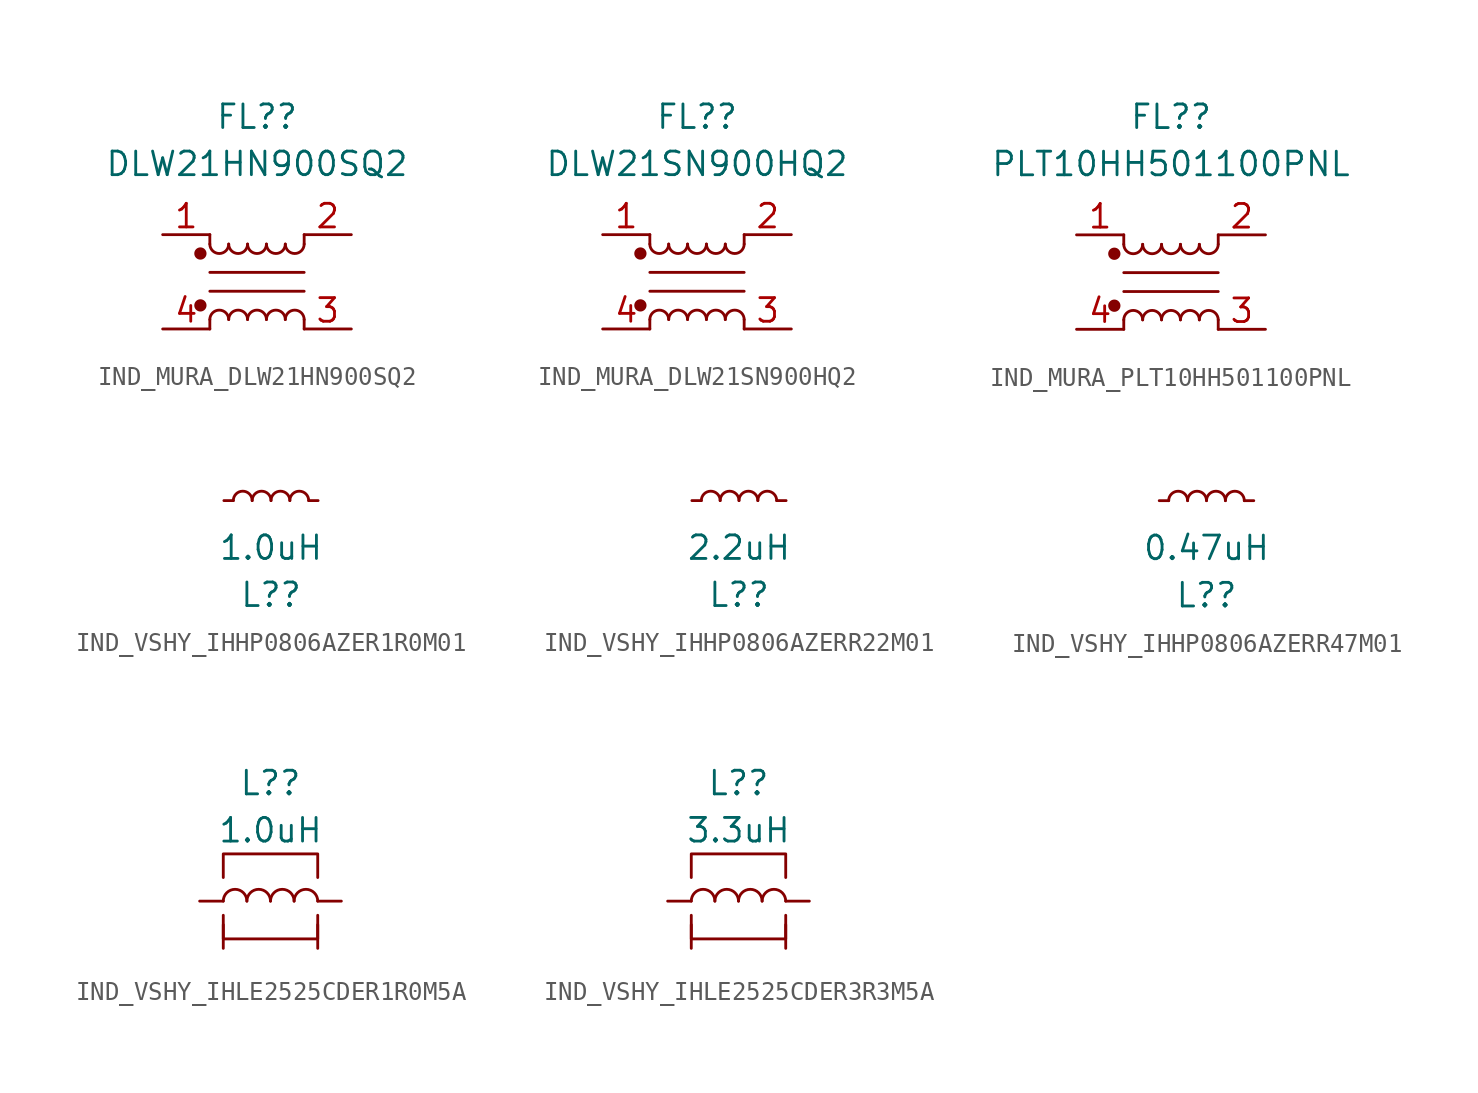
<source format=kicad_sym>
(kicad_symbol_lib
  (version 20231120)
  (generator "kicad_symbol_editor")
  (generator_version "8.0")
  (symbol "IND_MURA_DLW21HN900SQ2"
    (pin_names
      (offset 0.254) hide)
    (property "Reference" "FL?"
      (at 0 8.89 0)
      (effects (font (size 1.27 1.27))))
    (property "Value" "DLW21HN900SQ2"
      (at 0 6.35 0)
      (effects (font (size 1.27 1.27))))
    (symbol "IND_MURA_DLW21HN900SQ2_0_1"
      (circle (center -3.048 -1.27) (radius 0.254) (stroke (width 0) (type default)) (fill (type outline)))
      (circle (center -3.048 1.524) (radius 0.254) (stroke (width 0) (type default)) (fill (type outline)))
      (arc (start -2.54 2.032) (mid -2.032 1.5262) (end -1.524 2.032) (stroke (width 0) (type default)) (fill (type none)))
      (arc (start -1.524 -2.032) (mid -2.032 -1.5262) (end -2.54 -2.032) (stroke (width 0) (type default)) (fill (type none)))
      (arc (start -1.524 2.032) (mid -1.016 1.5262) (end -0.508 2.032) (stroke (width 0) (type default)) (fill (type none)))
      (arc (start -0.508 -2.032) (mid -1.016 -1.5262) (end -1.524 -2.032) (stroke (width 0) (type default)) (fill (type none)))
      (arc (start -0.508 2.032) (mid 0 1.5262) (end 0.508 2.032) (stroke (width 0) (type default)) (fill (type none)))
      (polyline (pts (xy -2.54 -2.032) (xy -2.54 -2.54)) (stroke (width 0) (type default)) (fill (type none)))
      (polyline (pts (xy -2.54 0.508) (xy 2.54 0.508)) (stroke (width 0) (type default)) (fill (type none)))
      (polyline (pts (xy -2.54 2.032) (xy -2.54 2.54)) (stroke (width 0) (type default)) (fill (type none)))
      (polyline (pts (xy 2.54 -2.032) (xy 2.54 -2.54)) (stroke (width 0) (type default)) (fill (type none)))
      (polyline (pts (xy 2.54 -0.508) (xy -2.54 -0.508)) (stroke (width 0) (type default)) (fill (type none)))
      (polyline (pts (xy 2.54 2.54) (xy 2.54 2.032)) (stroke (width 0) (type default)) (fill (type none)))
      (arc (start 0.508 -2.032) (mid 0 -1.5262) (end -0.508 -2.032) (stroke (width 0) (type default)) (fill (type none)))
      (arc (start 0.508 2.032) (mid 1.016 1.5262) (end 1.524 2.032) (stroke (width 0) (type default)) (fill (type none)))
      (arc (start 1.524 -2.032) (mid 1.016 -1.5262) (end 0.508 -2.032) (stroke (width 0) (type default)) (fill (type none)))
      (arc (start 1.524 2.032) (mid 2.032 1.5262) (end 2.54 2.032) (stroke (width 0) (type default)) (fill (type none)))
      (arc (start 2.54 -2.032) (mid 2.032 -1.5262) (end 1.524 -2.032) (stroke (width 0) (type default)) (fill (type none))))
    (symbol "IND_MURA_DLW21HN900SQ2_1_1"
      (pin passive line (at -5.08 2.54 0) (length 2.54) (name "1" (effects (font (size 1.27 1.27)))) (number "1" (effects (font (size 1.27 1.27)))))
      (pin passive line (at 5.08 2.54 180) (length 2.54) (name "2" (effects (font (size 1.27 1.27)))) (number "2" (effects (font (size 1.27 1.27)))))
      (pin passive line (at 5.08 -2.54 180) (length 2.54) (name "3" (effects (font (size 1.27 1.27)))) (number "3" (effects (font (size 1.27 1.27)))))
      (pin passive line (at -5.08 -2.54 0) (length 2.54) (name "4" (effects (font (size 1.27 1.27)))) (number "4" (effects (font (size 1.27 1.27)))))))
  (symbol "IND_MURA_DLW21SN900HQ2"
    (pin_names
      (offset 0.254) hide)
    (property "Reference" "FL?"
      (at 0 8.89 0)
      (effects (font (size 1.27 1.27))))
    (property "Value" "DLW21SN900HQ2"
      (at 0 6.35 0)
      (effects (font (size 1.27 1.27))))
    (symbol "IND_MURA_DLW21SN900HQ2_0_1"
      (circle (center -3.048 -1.27) (radius 0.254) (stroke (width 0) (type default)) (fill (type outline)))
      (circle (center -3.048 1.524) (radius 0.254) (stroke (width 0) (type default)) (fill (type outline)))
      (arc (start -2.54 2.032) (mid -2.032 1.5262) (end -1.524 2.032) (stroke (width 0) (type default)) (fill (type none)))
      (arc (start -1.524 -2.032) (mid -2.032 -1.5262) (end -2.54 -2.032) (stroke (width 0) (type default)) (fill (type none)))
      (arc (start -1.524 2.032) (mid -1.016 1.5262) (end -0.508 2.032) (stroke (width 0) (type default)) (fill (type none)))
      (arc (start -0.508 -2.032) (mid -1.016 -1.5262) (end -1.524 -2.032) (stroke (width 0) (type default)) (fill (type none)))
      (arc (start -0.508 2.032) (mid 0 1.5262) (end 0.508 2.032) (stroke (width 0) (type default)) (fill (type none)))
      (polyline (pts (xy -2.54 -2.032) (xy -2.54 -2.54)) (stroke (width 0) (type default)) (fill (type none)))
      (polyline (pts (xy -2.54 0.508) (xy 2.54 0.508)) (stroke (width 0) (type default)) (fill (type none)))
      (polyline (pts (xy -2.54 2.032) (xy -2.54 2.54)) (stroke (width 0) (type default)) (fill (type none)))
      (polyline (pts (xy 2.54 -2.032) (xy 2.54 -2.54)) (stroke (width 0) (type default)) (fill (type none)))
      (polyline (pts (xy 2.54 -0.508) (xy -2.54 -0.508)) (stroke (width 0) (type default)) (fill (type none)))
      (polyline (pts (xy 2.54 2.54) (xy 2.54 2.032)) (stroke (width 0) (type default)) (fill (type none)))
      (arc (start 0.508 -2.032) (mid 0 -1.5262) (end -0.508 -2.032) (stroke (width 0) (type default)) (fill (type none)))
      (arc (start 0.508 2.032) (mid 1.016 1.5262) (end 1.524 2.032) (stroke (width 0) (type default)) (fill (type none)))
      (arc (start 1.524 -2.032) (mid 1.016 -1.5262) (end 0.508 -2.032) (stroke (width 0) (type default)) (fill (type none)))
      (arc (start 1.524 2.032) (mid 2.032 1.5262) (end 2.54 2.032) (stroke (width 0) (type default)) (fill (type none)))
      (arc (start 2.54 -2.032) (mid 2.032 -1.5262) (end 1.524 -2.032) (stroke (width 0) (type default)) (fill (type none))))
    (symbol "IND_MURA_DLW21SN900HQ2_1_1"
      (pin passive line (at -5.08 2.54 0) (length 2.54) (name "1" (effects (font (size 1.27 1.27)))) (number "1" (effects (font (size 1.27 1.27)))))
      (pin passive line (at 5.08 2.54 180) (length 2.54) (name "2" (effects (font (size 1.27 1.27)))) (number "2" (effects (font (size 1.27 1.27)))))
      (pin passive line (at 5.08 -2.54 180) (length 2.54) (name "3" (effects (font (size 1.27 1.27)))) (number "3" (effects (font (size 1.27 1.27)))))
      (pin passive line (at -5.08 -2.54 0) (length 2.54) (name "4" (effects (font (size 1.27 1.27)))) (number "4" (effects (font (size 1.27 1.27)))))))
  (symbol "IND_MURA_PLT10HH501100PNL"
    (pin_names
      (offset 0.254) hide)
    (property "Reference" "FL?"
      (at 0 8.89 0)
      (effects (font (size 1.27 1.27))))
    (property "Value" "PLT10HH501100PNL"
      (at 0 6.35 0)
      (effects (font (size 1.27 1.27))))
    (symbol "IND_MURA_PLT10HH501100PNL_0_1"
      (circle (center -3.048 -1.27) (radius 0.254) (stroke (width 0) (type default)) (fill (type outline)))
      (circle (center -3.048 1.524) (radius 0.254) (stroke (width 0) (type default)) (fill (type outline)))
      (arc (start -2.54 2.032) (mid -2.032 1.5262) (end -1.524 2.032) (stroke (width 0) (type default)) (fill (type none)))
      (arc (start -1.524 -2.032) (mid -2.032 -1.5262) (end -2.54 -2.032) (stroke (width 0) (type default)) (fill (type none)))
      (arc (start -1.524 2.032) (mid -1.016 1.5262) (end -0.508 2.032) (stroke (width 0) (type default)) (fill (type none)))
      (arc (start -0.508 -2.032) (mid -1.016 -1.5262) (end -1.524 -2.032) (stroke (width 0) (type default)) (fill (type none)))
      (arc (start -0.508 2.032) (mid 0 1.5262) (end 0.508 2.032) (stroke (width 0) (type default)) (fill (type none)))
      (polyline (pts (xy -2.54 -2.032) (xy -2.54 -2.54)) (stroke (width 0) (type default)) (fill (type none)))
      (polyline (pts (xy -2.54 0.508) (xy 2.54 0.508)) (stroke (width 0) (type default)) (fill (type none)))
      (polyline (pts (xy -2.54 2.032) (xy -2.54 2.54)) (stroke (width 0) (type default)) (fill (type none)))
      (polyline (pts (xy 2.54 -2.032) (xy 2.54 -2.54)) (stroke (width 0) (type default)) (fill (type none)))
      (polyline (pts (xy 2.54 -0.508) (xy -2.54 -0.508)) (stroke (width 0) (type default)) (fill (type none)))
      (polyline (pts (xy 2.54 2.54) (xy 2.54 2.032)) (stroke (width 0) (type default)) (fill (type none)))
      (arc (start 0.508 -2.032) (mid 0 -1.5262) (end -0.508 -2.032) (stroke (width 0) (type default)) (fill (type none)))
      (arc (start 0.508 2.032) (mid 1.016 1.5262) (end 1.524 2.032) (stroke (width 0) (type default)) (fill (type none)))
      (arc (start 1.524 -2.032) (mid 1.016 -1.5262) (end 0.508 -2.032) (stroke (width 0) (type default)) (fill (type none)))
      (arc (start 1.524 2.032) (mid 2.032 1.5262) (end 2.54 2.032) (stroke (width 0) (type default)) (fill (type none)))
      (arc (start 2.54 -2.032) (mid 2.032 -1.5262) (end 1.524 -2.032) (stroke (width 0) (type default)) (fill (type none))))
    (symbol "IND_MURA_PLT10HH501100PNL_1_1"
      (pin passive line (at -5.08 2.54 0) (length 2.54) (name "1" (effects (font (size 1.27 1.27)))) (number "1" (effects (font (size 1.27 1.27)))))
      (pin passive line (at 5.08 2.54 180) (length 2.54) (name "2" (effects (font (size 1.27 1.27)))) (number "2" (effects (font (size 1.27 1.27)))))
      (pin passive line (at 5.08 -2.54 180) (length 2.54) (name "3" (effects (font (size 1.27 1.27)))) (number "3" (effects (font (size 1.27 1.27)))))
      (pin passive line (at -5.08 -2.54 0) (length 2.54) (name "4" (effects (font (size 1.27 1.27)))) (number "4" (effects (font (size 1.27 1.27)))))))
  (symbol "IND_VSHY_IHHP0806AZER1R0M01"
    (pin_numbers hide)
    (pin_names
      (offset 0.254) hide)
    (property "Reference" "L?"
      (at 0 -5.08 0)
      (effects (font (size 1.27 1.27))))
    (property "Value" "1.0uH"
      (at 0 -2.54 0)
      (effects (font (size 1.27 1.27))))
    (symbol "IND_VSHY_IHHP0806AZER1R0M01_0_1"
      (arc (start -1.016 0) (mid -1.524 0.5058) (end -2.032 0) (stroke (width 0) (type default)) (fill (type none)))
      (arc (start 0 0) (mid -0.508 0.5058) (end -1.016 0) (stroke (width 0) (type default)) (fill (type none)))
      (arc (start 1.016 0) (mid 0.508 0.5058) (end 0 0) (stroke (width 0) (type default)) (fill (type none)))
      (arc (start 2.032 0) (mid 1.524 0.5058) (end 1.016 0) (stroke (width 0) (type default)) (fill (type none))))
    (symbol "IND_VSHY_IHHP0806AZER1R0M01_1_1"
      (pin passive line (at -2.54 0 0) (length 0.508) (name "~" (effects (font (size 1.27 1.27)))) (number "1" (effects (font (size 1.27 1.27)))))
      (pin passive line (at 2.54 0 180) (length 0.508) (name "~" (effects (font (size 1.27 1.27)))) (number "2" (effects (font (size 1.27 1.27)))))))
  (symbol "IND_VSHY_IHHP0806AZERR22M01"
    (pin_numbers hide)
    (pin_names
      (offset 0.254) hide)
    (property "Reference" "L?"
      (at 0 -5.08 0)
      (effects (font (size 1.27 1.27))))
    (property "Value" "2.2uH"
      (at 0 -2.54 0)
      (effects (font (size 1.27 1.27))))
    (symbol "IND_VSHY_IHHP0806AZERR22M01_0_1"
      (arc (start -1.016 0) (mid -1.524 0.5058) (end -2.032 0) (stroke (width 0) (type default)) (fill (type none)))
      (arc (start 0 0) (mid -0.508 0.5058) (end -1.016 0) (stroke (width 0) (type default)) (fill (type none)))
      (arc (start 1.016 0) (mid 0.508 0.5058) (end 0 0) (stroke (width 0) (type default)) (fill (type none)))
      (arc (start 2.032 0) (mid 1.524 0.5058) (end 1.016 0) (stroke (width 0) (type default)) (fill (type none))))
    (symbol "IND_VSHY_IHHP0806AZERR22M01_1_1"
      (pin passive line (at -2.54 0 0) (length 0.508) (name "~" (effects (font (size 1.27 1.27)))) (number "1" (effects (font (size 1.27 1.27)))))
      (pin passive line (at 2.54 0 180) (length 0.508) (name "~" (effects (font (size 1.27 1.27)))) (number "2" (effects (font (size 1.27 1.27)))))))
  (symbol "IND_VSHY_IHHP0806AZERR47M01"
    (pin_numbers hide)
    (pin_names
      (offset 0.254) hide)
    (property "Reference" "L?"
      (at 0 -5.08 0)
      (effects (font (size 1.27 1.27))))
    (property "Value" "0.47uH"
      (at 0 -2.54 0)
      (effects (font (size 1.27 1.27))))
    (symbol "IND_VSHY_IHHP0806AZERR47M01_0_1"
      (arc (start -1.016 0) (mid -1.524 0.5058) (end -2.032 0) (stroke (width 0) (type default)) (fill (type none)))
      (arc (start 0 0) (mid -0.508 0.5058) (end -1.016 0) (stroke (width 0) (type default)) (fill (type none)))
      (arc (start 1.016 0) (mid 0.508 0.5058) (end 0 0) (stroke (width 0) (type default)) (fill (type none)))
      (arc (start 2.032 0) (mid 1.524 0.5058) (end 1.016 0) (stroke (width 0) (type default)) (fill (type none))))
    (symbol "IND_VSHY_IHHP0806AZERR47M01_1_1"
      (pin passive line (at -2.54 0 0) (length 0.508) (name "~" (effects (font (size 1.27 1.27)))) (number "1" (effects (font (size 1.27 1.27)))))
      (pin passive line (at 2.54 0 180) (length 0.508) (name "~" (effects (font (size 1.27 1.27)))) (number "2" (effects (font (size 1.27 1.27)))))))
  (symbol "IND_VSHY_IHLE2525CDER1R0M5A"
    (pin_numbers hide)
    (pin_names
      (offset 1.016) hide)
    (property "Reference" "L?"
      (at 0 6.35 0)
      (effects (font (size 1.27 1.27))))
    (property "Value" "1.0uH"
      (at 0 3.81 0)
      (effects (font (size 1.27 1.27))))
    (symbol "IND_VSHY_IHLE2525CDER1R0M5A_0_1"
      (arc (start -1.27 0) (mid -1.905 0.6323) (end -2.54 0) (stroke (width 0) (type default)) (fill (type none)))
      (arc (start 0 0) (mid -0.635 0.6323) (end -1.27 0) (stroke (width 0) (type default)) (fill (type none)))
      (polyline (pts (xy -2.54 -0.762) (xy -2.54 -2.032) (xy 2.54 -2.032) (xy 2.54 -0.762)) (stroke (width 0) (type default)) (fill (type none)))
      (polyline (pts (xy 2.54 1.27) (xy 2.54 2.54) (xy -2.54 2.54) (xy -2.54 1.27)) (stroke (width 0) (type default)) (fill (type none)))
      (arc (start 1.27 0) (mid 0.635 0.6323) (end 0 0) (stroke (width 0) (type default)) (fill (type none)))
      (arc (start 2.54 0) (mid 1.905 0.6323) (end 1.27 0) (stroke (width 0) (type default)) (fill (type none))))
    (symbol "IND_VSHY_IHLE2525CDER1R0M5A_1_1"
      (pin passive line (at -3.81 0 0) (length 1.27) (name "1" (effects (font (size 1.27 1.27)))) (number "1" (effects (font (size 1.27 1.27)))))
      (pin passive line (at 3.81 0 180) (length 1.27) (name "2" (effects (font (size 1.27 1.27)))) (number "2" (effects (font (size 1.27 1.27)))))
      (pin passive line (at -2.54 -2.54 90) (length 1.27) (name "SH2" (effects (font (size 1.27 1.27)))) (number "3" (effects (font (size 1.27 1.27)))))
      (pin passive line (at 2.54 -2.54 90) (length 1.27) (name "SH1" (effects (font (size 1.27 1.27)))) (number "4" (effects (font (size 1.27 1.27)))))))
  (symbol "IND_VSHY_IHLE2525CDER3R3M5A"
    (pin_numbers hide)
    (pin_names
      (offset 1.016) hide)
    (property "Reference" "L?"
      (at 0 6.35 0)
      (effects (font (size 1.27 1.27))))
    (property "Value" "3.3uH"
      (at 0 3.81 0)
      (effects (font (size 1.27 1.27))))
    (symbol "IND_VSHY_IHLE2525CDER3R3M5A_0_1"
      (arc (start -1.27 0) (mid -1.905 0.6323) (end -2.54 0) (stroke (width 0) (type default)) (fill (type none)))
      (arc (start 0 0) (mid -0.635 0.6323) (end -1.27 0) (stroke (width 0) (type default)) (fill (type none)))
      (polyline (pts (xy -2.54 -0.762) (xy -2.54 -2.032) (xy 2.54 -2.032) (xy 2.54 -0.762)) (stroke (width 0) (type default)) (fill (type none)))
      (polyline (pts (xy 2.54 1.27) (xy 2.54 2.54) (xy -2.54 2.54) (xy -2.54 1.27)) (stroke (width 0) (type default)) (fill (type none)))
      (arc (start 1.27 0) (mid 0.635 0.6323) (end 0 0) (stroke (width 0) (type default)) (fill (type none)))
      (arc (start 2.54 0) (mid 1.905 0.6323) (end 1.27 0) (stroke (width 0) (type default)) (fill (type none))))
    (symbol "IND_VSHY_IHLE2525CDER3R3M5A_1_1"
      (pin passive line (at -3.81 0 0) (length 1.27) (name "1" (effects (font (size 1.27 1.27)))) (number "1" (effects (font (size 1.27 1.27)))))
      (pin passive line (at 3.81 0 180) (length 1.27) (name "2" (effects (font (size 1.27 1.27)))) (number "2" (effects (font (size 1.27 1.27)))))
      (pin passive line (at -2.54 -2.54 90) (length 1.27) (name "SH2" (effects (font (size 1.27 1.27)))) (number "3" (effects (font (size 1.27 1.27)))))
      (pin passive line (at 2.54 -2.54 90) (length 1.27) (name "SH1" (effects (font (size 1.27 1.27)))) (number "4" (effects (font (size 1.27 1.27))))))))
</source>
